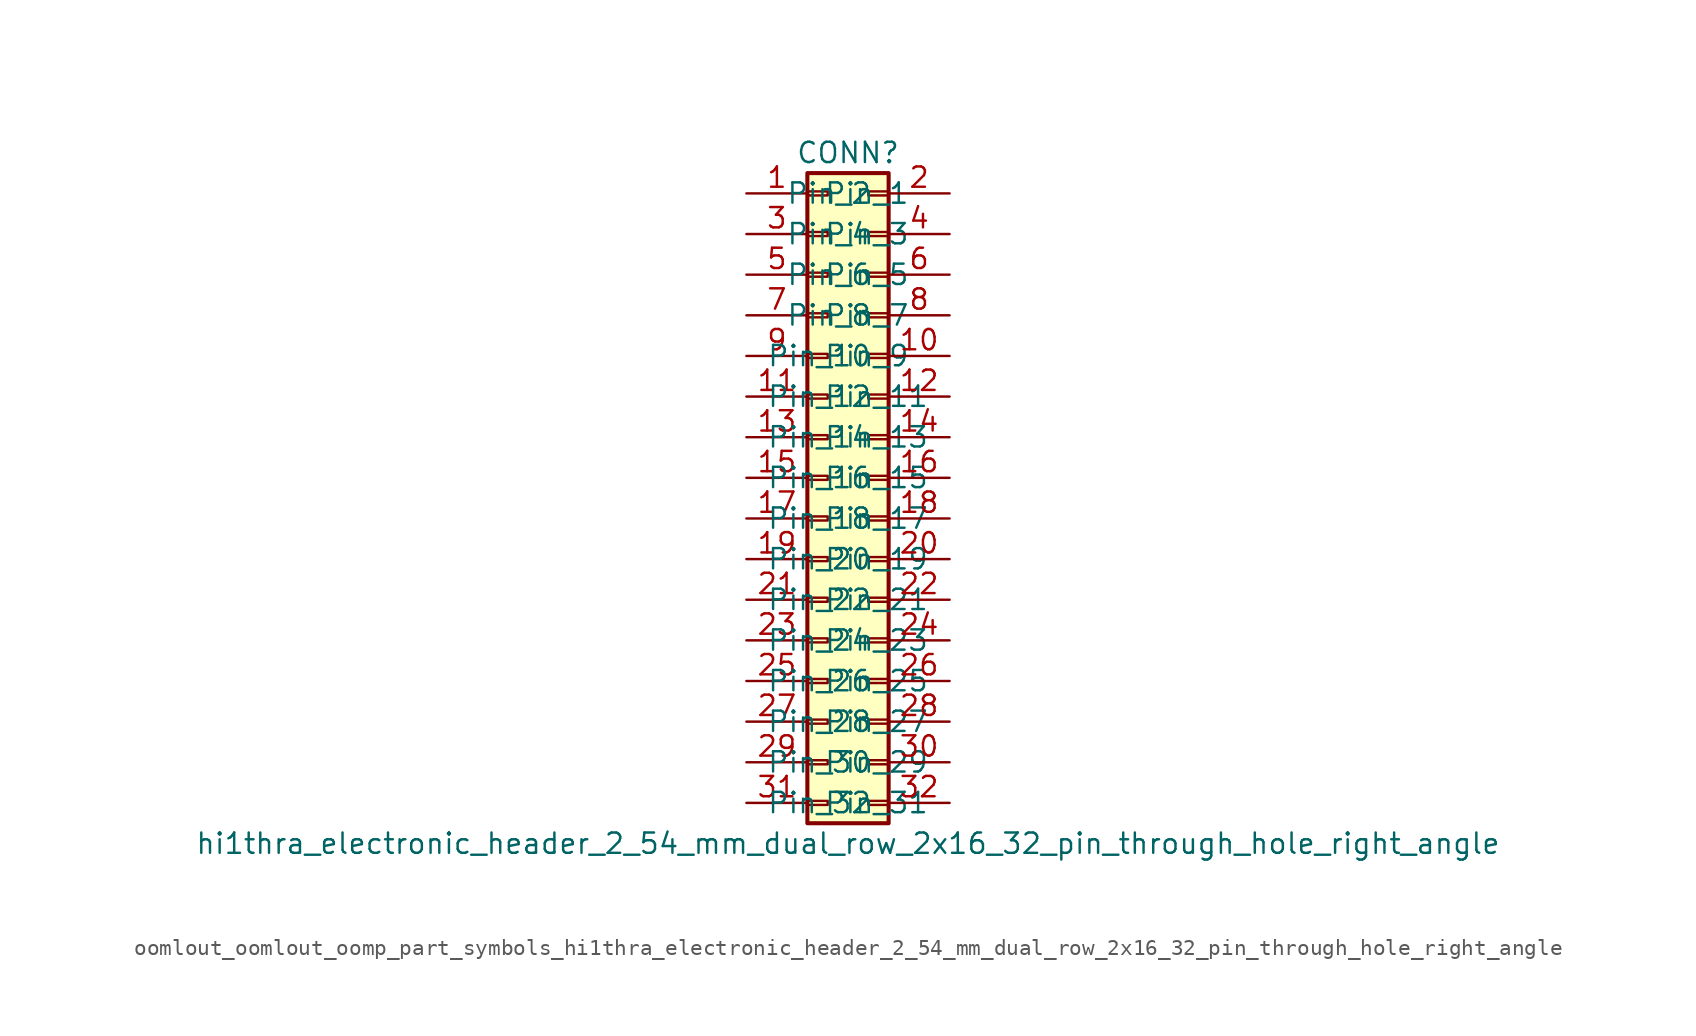
<source format=kicad_sym>
(kicad_symbol_lib
  (version 20220914)
  (generator kicad_symbol_editor)
  (symbol "oomlout_oomlout_oomp_part_symbols_hi1thra_electronic_header_2_54_mm_dual_row_2x16_32_pin_through_hole_right_angle"
    (pin_names
      (offset 1.016))
    (property "Reference" "CONN"
      (at 1.27 20.32 0)
      (effects (font (size 1.27 1.27))))
    (property "Value" "hi1thra_electronic_header_2_54_mm_dual_row_2x16_32_pin_through_hole_right_angle"
      (at 1.27 -22.86 0)
      (effects (font (size 1.27 1.27))))
    (symbol "oomlout_oomlout_oomp_part_symbols_hi1thra_electronic_header_2_54_mm_dual_row_2x16_32_pin_through_hole_right_angle_1_1"
      (rectangle (start -1.27 -20.193) (end 0 -20.447) (stroke (width 0.152) (type default)) (fill (type none)))
      (rectangle (start -1.27 -17.653) (end 0 -17.907) (stroke (width 0.152) (type default)) (fill (type none)))
      (rectangle (start -1.27 -15.113) (end 0 -15.367) (stroke (width 0.152) (type default)) (fill (type none)))
      (rectangle (start -1.27 -12.573) (end 0 -12.827) (stroke (width 0.152) (type default)) (fill (type none)))
      (rectangle (start -1.27 -10.033) (end 0 -10.287) (stroke (width 0.152) (type default)) (fill (type none)))
      (rectangle (start -1.27 -7.493) (end 0 -7.747) (stroke (width 0.152) (type default)) (fill (type none)))
      (rectangle (start -1.27 -4.953) (end 0 -5.207) (stroke (width 0.152) (type default)) (fill (type none)))
      (rectangle (start -1.27 -2.413) (end 0 -2.667) (stroke (width 0.152) (type default)) (fill (type none)))
      (rectangle (start -1.27 0.127) (end 0 -0.127) (stroke (width 0.152) (type default)) (fill (type none)))
      (rectangle (start -1.27 2.667) (end 0 2.413) (stroke (width 0.152) (type default)) (fill (type none)))
      (rectangle (start -1.27 5.207) (end 0 4.953) (stroke (width 0.152) (type default)) (fill (type none)))
      (rectangle (start -1.27 7.747) (end 0 7.493) (stroke (width 0.152) (type default)) (fill (type none)))
      (rectangle (start -1.27 10.287) (end 0 10.033) (stroke (width 0.152) (type default)) (fill (type none)))
      (rectangle (start -1.27 12.827) (end 0 12.573) (stroke (width 0.152) (type default)) (fill (type none)))
      (rectangle (start -1.27 15.367) (end 0 15.113) (stroke (width 0.152) (type default)) (fill (type none)))
      (rectangle (start -1.27 17.907) (end 0 17.653) (stroke (width 0.152) (type default)) (fill (type none)))
      (rectangle (start -1.27 19.05) (end 3.81 -21.59) (stroke (width 0.254) (type default)) (fill (type background)))
      (rectangle (start 3.81 -20.193) (end 2.54 -20.447) (stroke (width 0.152) (type default)) (fill (type none)))
      (rectangle (start 3.81 -17.653) (end 2.54 -17.907) (stroke (width 0.152) (type default)) (fill (type none)))
      (rectangle (start 3.81 -15.113) (end 2.54 -15.367) (stroke (width 0.152) (type default)) (fill (type none)))
      (rectangle (start 3.81 -12.573) (end 2.54 -12.827) (stroke (width 0.152) (type default)) (fill (type none)))
      (rectangle (start 3.81 -10.033) (end 2.54 -10.287) (stroke (width 0.152) (type default)) (fill (type none)))
      (rectangle (start 3.81 -7.493) (end 2.54 -7.747) (stroke (width 0.152) (type default)) (fill (type none)))
      (rectangle (start 3.81 -4.953) (end 2.54 -5.207) (stroke (width 0.152) (type default)) (fill (type none)))
      (rectangle (start 3.81 -2.413) (end 2.54 -2.667) (stroke (width 0.152) (type default)) (fill (type none)))
      (rectangle (start 3.81 0.127) (end 2.54 -0.127) (stroke (width 0.152) (type default)) (fill (type none)))
      (rectangle (start 3.81 2.667) (end 2.54 2.413) (stroke (width 0.152) (type default)) (fill (type none)))
      (rectangle (start 3.81 5.207) (end 2.54 4.953) (stroke (width 0.152) (type default)) (fill (type none)))
      (rectangle (start 3.81 7.747) (end 2.54 7.493) (stroke (width 0.152) (type default)) (fill (type none)))
      (rectangle (start 3.81 10.287) (end 2.54 10.033) (stroke (width 0.152) (type default)) (fill (type none)))
      (rectangle (start 3.81 12.827) (end 2.54 12.573) (stroke (width 0.152) (type default)) (fill (type none)))
      (rectangle (start 3.81 15.367) (end 2.54 15.113) (stroke (width 0.152) (type default)) (fill (type none)))
      (rectangle (start 3.81 17.907) (end 2.54 17.653) (stroke (width 0.152) (type default)) (fill (type none)))
      (pin passive line (at -5.08 17.78 0) (length 3.81) (name "Pin_1" (effects (font (size 1.27 1.27)))) (number "1" (effects (font (size 1.27 1.27)))))
      (pin passive line (at 7.62 7.62 180) (length 3.81) (name "Pin_10" (effects (font (size 1.27 1.27)))) (number "10" (effects (font (size 1.27 1.27)))))
      (pin passive line (at -5.08 5.08 0) (length 3.81) (name "Pin_11" (effects (font (size 1.27 1.27)))) (number "11" (effects (font (size 1.27 1.27)))))
      (pin passive line (at 7.62 5.08 180) (length 3.81) (name "Pin_12" (effects (font (size 1.27 1.27)))) (number "12" (effects (font (size 1.27 1.27)))))
      (pin passive line (at -5.08 2.54 0) (length 3.81) (name "Pin_13" (effects (font (size 1.27 1.27)))) (number "13" (effects (font (size 1.27 1.27)))))
      (pin passive line (at 7.62 2.54 180) (length 3.81) (name "Pin_14" (effects (font (size 1.27 1.27)))) (number "14" (effects (font (size 1.27 1.27)))))
      (pin passive line (at -5.08 0 0) (length 3.81) (name "Pin_15" (effects (font (size 1.27 1.27)))) (number "15" (effects (font (size 1.27 1.27)))))
      (pin passive line (at 7.62 0 180) (length 3.81) (name "Pin_16" (effects (font (size 1.27 1.27)))) (number "16" (effects (font (size 1.27 1.27)))))
      (pin passive line (at -5.08 -2.54 0) (length 3.81) (name "Pin_17" (effects (font (size 1.27 1.27)))) (number "17" (effects (font (size 1.27 1.27)))))
      (pin passive line (at 7.62 -2.54 180) (length 3.81) (name "Pin_18" (effects (font (size 1.27 1.27)))) (number "18" (effects (font (size 1.27 1.27)))))
      (pin passive line (at -5.08 -5.08 0) (length 3.81) (name "Pin_19" (effects (font (size 1.27 1.27)))) (number "19" (effects (font (size 1.27 1.27)))))
      (pin passive line (at 7.62 17.78 180) (length 3.81) (name "Pin_2" (effects (font (size 1.27 1.27)))) (number "2" (effects (font (size 1.27 1.27)))))
      (pin passive line (at 7.62 -5.08 180) (length 3.81) (name "Pin_20" (effects (font (size 1.27 1.27)))) (number "20" (effects (font (size 1.27 1.27)))))
      (pin passive line (at -5.08 -7.62 0) (length 3.81) (name "Pin_21" (effects (font (size 1.27 1.27)))) (number "21" (effects (font (size 1.27 1.27)))))
      (pin passive line (at 7.62 -7.62 180) (length 3.81) (name "Pin_22" (effects (font (size 1.27 1.27)))) (number "22" (effects (font (size 1.27 1.27)))))
      (pin passive line (at -5.08 -10.16 0) (length 3.81) (name "Pin_23" (effects (font (size 1.27 1.27)))) (number "23" (effects (font (size 1.27 1.27)))))
      (pin passive line (at 7.62 -10.16 180) (length 3.81) (name "Pin_24" (effects (font (size 1.27 1.27)))) (number "24" (effects (font (size 1.27 1.27)))))
      (pin passive line (at -5.08 -12.7 0) (length 3.81) (name "Pin_25" (effects (font (size 1.27 1.27)))) (number "25" (effects (font (size 1.27 1.27)))))
      (pin passive line (at 7.62 -12.7 180) (length 3.81) (name "Pin_26" (effects (font (size 1.27 1.27)))) (number "26" (effects (font (size 1.27 1.27)))))
      (pin passive line (at -5.08 -15.24 0) (length 3.81) (name "Pin_27" (effects (font (size 1.27 1.27)))) (number "27" (effects (font (size 1.27 1.27)))))
      (pin passive line (at 7.62 -15.24 180) (length 3.81) (name "Pin_28" (effects (font (size 1.27 1.27)))) (number "28" (effects (font (size 1.27 1.27)))))
      (pin passive line (at -5.08 -17.78 0) (length 3.81) (name "Pin_29" (effects (font (size 1.27 1.27)))) (number "29" (effects (font (size 1.27 1.27)))))
      (pin passive line (at -5.08 15.24 0) (length 3.81) (name "Pin_3" (effects (font (size 1.27 1.27)))) (number "3" (effects (font (size 1.27 1.27)))))
      (pin passive line (at 7.62 -17.78 180) (length 3.81) (name "Pin_30" (effects (font (size 1.27 1.27)))) (number "30" (effects (font (size 1.27 1.27)))))
      (pin passive line (at -5.08 -20.32 0) (length 3.81) (name "Pin_31" (effects (font (size 1.27 1.27)))) (number "31" (effects (font (size 1.27 1.27)))))
      (pin passive line (at 7.62 -20.32 180) (length 3.81) (name "Pin_32" (effects (font (size 1.27 1.27)))) (number "32" (effects (font (size 1.27 1.27)))))
      (pin passive line (at 7.62 15.24 180) (length 3.81) (name "Pin_4" (effects (font (size 1.27 1.27)))) (number "4" (effects (font (size 1.27 1.27)))))
      (pin passive line (at -5.08 12.7 0) (length 3.81) (name "Pin_5" (effects (font (size 1.27 1.27)))) (number "5" (effects (font (size 1.27 1.27)))))
      (pin passive line (at 7.62 12.7 180) (length 3.81) (name "Pin_6" (effects (font (size 1.27 1.27)))) (number "6" (effects (font (size 1.27 1.27)))))
      (pin passive line (at -5.08 10.16 0) (length 3.81) (name "Pin_7" (effects (font (size 1.27 1.27)))) (number "7" (effects (font (size 1.27 1.27)))))
      (pin passive line (at 7.62 10.16 180) (length 3.81) (name "Pin_8" (effects (font (size 1.27 1.27)))) (number "8" (effects (font (size 1.27 1.27)))))
      (pin passive line (at -5.08 7.62 0) (length 3.81) (name "Pin_9" (effects (font (size 1.27 1.27)))) (number "9" (effects (font (size 1.27 1.27))))))))
</source>
